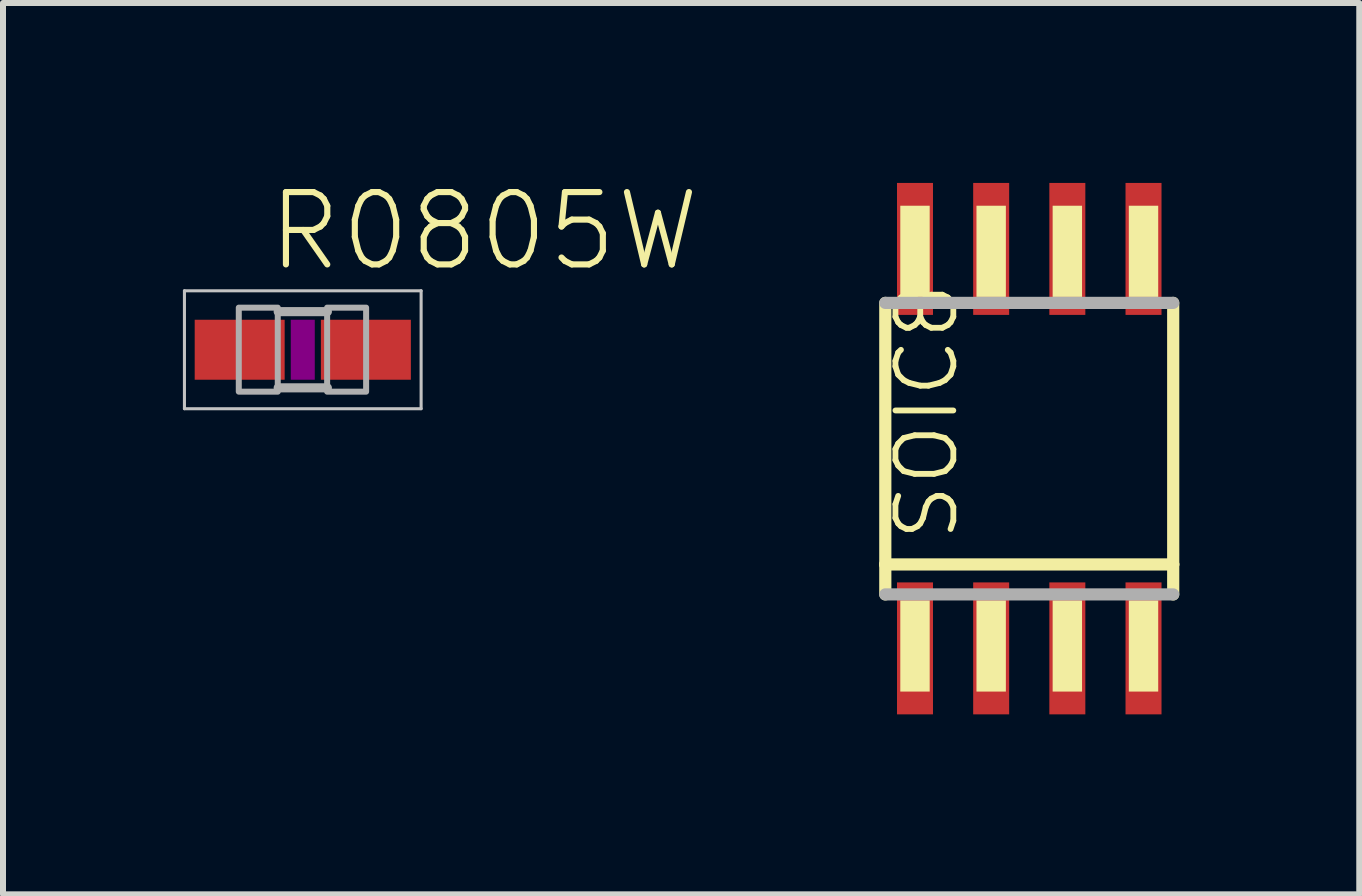
<source format=kicad_pcb>
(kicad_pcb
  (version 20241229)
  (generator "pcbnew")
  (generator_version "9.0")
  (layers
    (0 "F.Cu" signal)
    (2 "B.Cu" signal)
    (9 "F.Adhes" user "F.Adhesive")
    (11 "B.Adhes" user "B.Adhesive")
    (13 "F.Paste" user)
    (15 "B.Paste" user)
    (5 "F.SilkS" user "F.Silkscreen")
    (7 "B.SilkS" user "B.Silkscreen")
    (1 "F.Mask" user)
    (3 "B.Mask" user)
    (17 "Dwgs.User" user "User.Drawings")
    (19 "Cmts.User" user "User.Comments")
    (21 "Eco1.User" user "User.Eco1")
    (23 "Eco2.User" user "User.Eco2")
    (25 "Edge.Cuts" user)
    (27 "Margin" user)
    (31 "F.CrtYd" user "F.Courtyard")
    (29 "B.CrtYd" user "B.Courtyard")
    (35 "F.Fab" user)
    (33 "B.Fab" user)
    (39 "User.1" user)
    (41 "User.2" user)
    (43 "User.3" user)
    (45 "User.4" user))
  (footprint "R0805W"
    (layer "F.Cu")
    (at 1.998 2.781)
    (property "Reference" "R0805W" (at -0.635 -1.27 0) (layer "F.SilkS") (effects (font (size 1.206 1.206) (thickness 0.102)) (justify left bottom)))
    (attr through_hole)
    (fp_poly (pts (xy -0.2 0.5) (xy 0.2 0.5) (xy 0.2 -0.5) (xy -0.2 -0.5)) (stroke (width 0) (type solid)) (fill yes) (layer "F.Adhes"))
    (fp_line (start -1.973 -0.983) (end 1.973 -0.983) (stroke (width 0.051) (type solid)) (layer "Dwgs.User"))
    (fp_line (start -1.973 0.983) (end -1.973 -0.983) (stroke (width 0.051) (type solid)) (layer "Dwgs.User"))
    (fp_line (start 1.973 -0.983) (end 1.973 0.983) (stroke (width 0.051) (type solid)) (layer "Dwgs.User"))
    (fp_line (start 1.973 0.983) (end -1.973 0.983) (stroke (width 0.051) (type solid)) (layer "Dwgs.User"))
    (fp_line (start -0.41 -0.635) (end 0.41 -0.635) (stroke (width 0.152) (type solid)) (layer "F.Fab"))
    (fp_line (start -0.41 0.635) (end 0.41 0.635) (stroke (width 0.152) (type solid)) (layer "F.Fab"))
    (fp_poly (pts (xy -1.067 0.699) (xy -0.417 0.699) (xy -0.417 -0.702) (xy -1.067 -0.702)) (stroke (width 0.1) (type solid)) (fill no) (layer "F.Fab"))
    (fp_poly (pts (xy 0.406 0.699) (xy 1.056 0.699) (xy 1.056 -0.702) (xy 0.406 -0.702)) (stroke (width 0.1) (type solid)) (fill no) (layer "F.Fab"))
    (pad "1" smd rect (at -1.052 0) (size 1.5 1) (layers "F.Cu" "F.Mask" "F.Paste"))
    (pad "2" smd rect (at 1.052 0) (size 1.5 1) (layers "F.Cu" "F.Mask" "F.Paste")))
  (footprint "SOIC8"
    (layer "F.Cu")
    (at 14.11 4.43)
    (property "Reference" "SOIC8" (at -1.143 1.587 270) (layer "F.SilkS") (effects (font (size 0.965 0.965) (thickness 0.097)) (justify left bottom)))
    (attr through_hole)
    (fp_line (start -2.4 1.93) (end -2.4 -2.43) (stroke (width 0.203) (type solid)) (layer "F.SilkS"))
    (fp_line (start -2.4 2.43) (end -2.4 1.93) (stroke (width 0.203) (type solid)) (layer "F.SilkS"))
    (fp_line (start 2.4 -2.43) (end 2.4 1.93) (stroke (width 0.203) (type solid)) (layer "F.SilkS"))
    (fp_line (start 2.4 1.93) (end -2.4 1.93) (stroke (width 0.203) (type solid)) (layer "F.SilkS"))
    (fp_line (start 2.4 1.93) (end 2.4 2.43) (stroke (width 0.203) (type solid)) (layer "F.SilkS"))
    (fp_poly (pts (xy -2.15 -2.53) (xy -1.66 -2.53) (xy -1.66 -4.05) (xy -2.15 -4.05)) (stroke (width 0) (type solid)) (fill yes) (layer "F.SilkS"))
    (fp_poly (pts (xy -2.15 4.05) (xy -1.66 4.05) (xy -1.66 2.53) (xy -2.15 2.53)) (stroke (width 0) (type solid)) (fill yes) (layer "F.SilkS"))
    (fp_poly (pts (xy -0.88 -2.53) (xy -0.39 -2.53) (xy -0.39 -4.05) (xy -0.88 -4.05)) (stroke (width 0) (type solid)) (fill yes) (layer "F.SilkS"))
    (fp_poly (pts (xy -0.88 4.05) (xy -0.39 4.05) (xy -0.39 2.53) (xy -0.88 2.53)) (stroke (width 0) (type solid)) (fill yes) (layer "F.SilkS"))
    (fp_poly (pts (xy 0.39 -2.53) (xy 0.88 -2.53) (xy 0.88 -4.05) (xy 0.39 -4.05)) (stroke (width 0) (type solid)) (fill yes) (layer "F.SilkS"))
    (fp_poly (pts (xy 0.39 4.05) (xy 0.88 4.05) (xy 0.88 2.53) (xy 0.39 2.53)) (stroke (width 0) (type solid)) (fill yes) (layer "F.SilkS"))
    (fp_poly (pts (xy 1.66 -2.53) (xy 2.15 -2.53) (xy 2.15 -4.05) (xy 1.66 -4.05)) (stroke (width 0) (type solid)) (fill yes) (layer "F.SilkS"))
    (fp_poly (pts (xy 1.66 4.05) (xy 2.15 4.05) (xy 2.15 2.53) (xy 1.66 2.53)) (stroke (width 0) (type solid)) (fill yes) (layer "F.SilkS"))
    (fp_line (start -2.4 -2.43) (end 2.4 -2.43) (stroke (width 0.203) (type solid)) (layer "F.Fab"))
    (fp_line (start 2.4 2.43) (end -2.4 2.43) (stroke (width 0.203) (type solid)) (layer "F.Fab"))
    (pad "1" smd rect (at -1.905 3.33) (size 0.6 2.2) (layers "F.Cu" "F.Mask" "F.Paste"))
    (pad "2" smd rect (at -0.635 3.33) (size 0.6 2.2) (layers "F.Cu" "F.Mask" "F.Paste"))
    (pad "3" smd rect (at 0.635 3.33) (size 0.6 2.2) (layers "F.Cu" "F.Mask" "F.Paste"))
    (pad "4" smd rect (at 1.905 3.33) (size 0.6 2.2) (layers "F.Cu" "F.Mask" "F.Paste"))
    (pad "5" smd rect (at 1.905 -3.33) (size 0.6 2.2) (layers "F.Cu" "F.Mask" "F.Paste"))
    (pad "6" smd rect (at 0.635 -3.33) (size 0.6 2.2) (layers "F.Cu" "F.Mask" "F.Paste"))
    (pad "7" smd rect (at -0.635 -3.33) (size 0.6 2.2) (layers "F.Cu" "F.Mask" "F.Paste"))
    (pad "8" smd rect (at -1.905 -3.33) (size 0.6 2.2) (layers "F.Cu" "F.Mask" "F.Paste")))
  (gr_rect
    (start -3 -3)
    (end 19.612 11.86)
    (stroke (width 0.1) (type default))
    (fill no)
    (layer "Edge.Cuts")))
</source>
